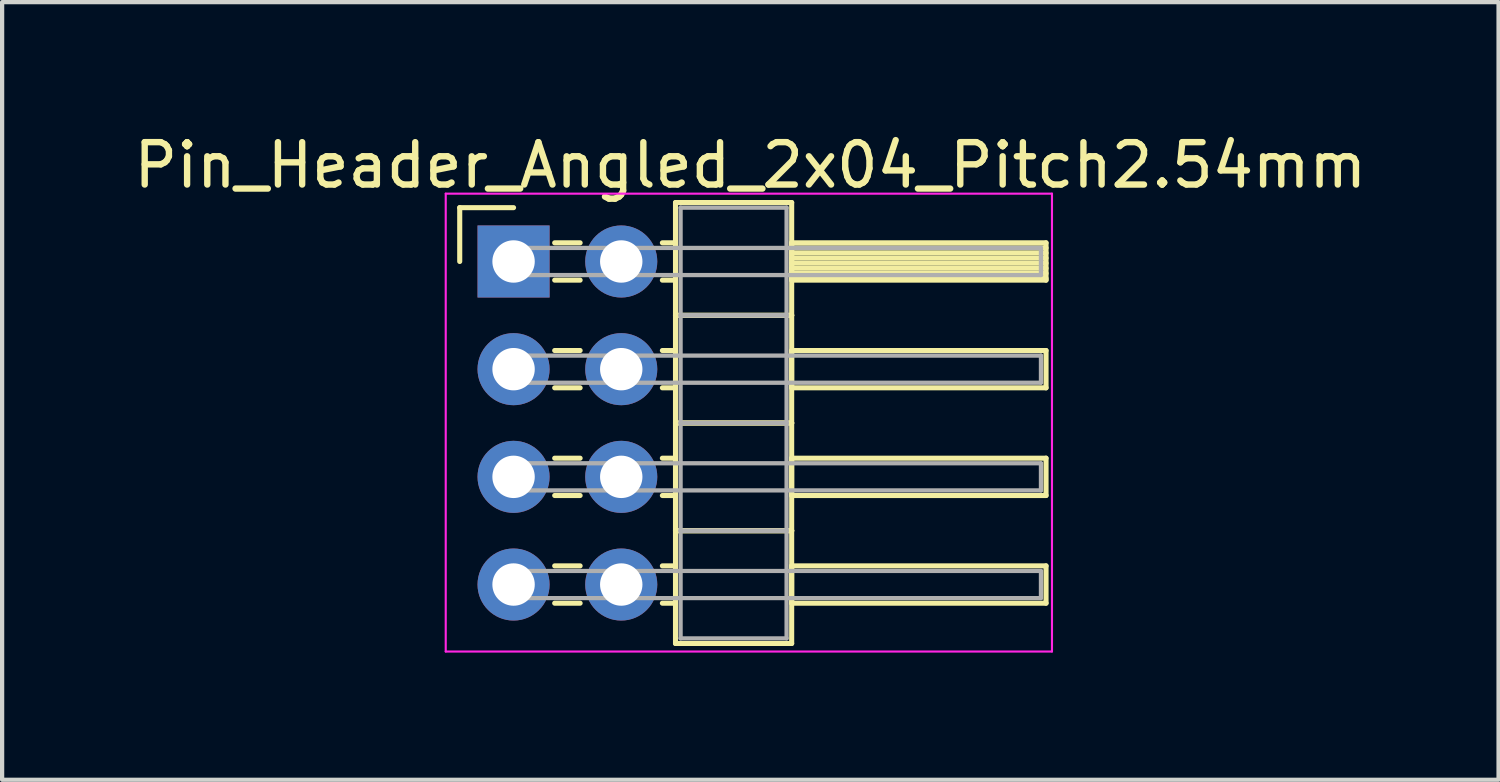
<source format=kicad_pcb>
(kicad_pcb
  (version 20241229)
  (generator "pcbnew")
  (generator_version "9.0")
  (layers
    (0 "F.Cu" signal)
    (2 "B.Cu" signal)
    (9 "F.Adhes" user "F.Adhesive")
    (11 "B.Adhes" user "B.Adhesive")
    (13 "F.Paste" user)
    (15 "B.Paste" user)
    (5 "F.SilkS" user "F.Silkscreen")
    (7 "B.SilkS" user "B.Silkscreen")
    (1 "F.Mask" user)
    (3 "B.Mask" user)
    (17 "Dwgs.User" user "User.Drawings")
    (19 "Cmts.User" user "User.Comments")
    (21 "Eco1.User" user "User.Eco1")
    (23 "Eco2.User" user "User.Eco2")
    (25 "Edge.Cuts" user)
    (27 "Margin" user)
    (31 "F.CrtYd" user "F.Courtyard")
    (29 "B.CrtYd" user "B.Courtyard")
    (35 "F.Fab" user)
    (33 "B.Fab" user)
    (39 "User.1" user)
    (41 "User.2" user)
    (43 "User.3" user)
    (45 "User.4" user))
  (footprint "Pin_Header_Angled_2x04_Pitch2.54mm"
    (layer "F.Cu")
    (at 9.064 3.118)
    (property "Reference" "Pin_Header_Angled_2x04_Pitch2.54mm" (at 5.585 -2.27 0) (layer "F.SilkS") (effects (font (size 1 1) (thickness 0.15))))
    (attr through_hole)
    (fp_line (start -1.27 -1.27) (end 0 -1.27) (stroke (width 0.12) (type solid)) (layer "F.SilkS"))
    (fp_line (start -1.27 0) (end -1.27 -1.27) (stroke (width 0.12) (type solid)) (layer "F.SilkS"))
    (fp_line (start 0.97 -0.44) (end 1.57 -0.44) (stroke (width 0.12) (type solid)) (layer "F.SilkS"))
    (fp_line (start 0.97 0.44) (end 1.57 0.44) (stroke (width 0.12) (type solid)) (layer "F.SilkS"))
    (fp_line (start 0.97 2.1) (end 1.57 2.1) (stroke (width 0.12) (type solid)) (layer "F.SilkS"))
    (fp_line (start 0.97 2.98) (end 1.57 2.98) (stroke (width 0.12) (type solid)) (layer "F.SilkS"))
    (fp_line (start 0.97 4.64) (end 1.57 4.64) (stroke (width 0.12) (type solid)) (layer "F.SilkS"))
    (fp_line (start 0.97 5.52) (end 1.57 5.52) (stroke (width 0.12) (type solid)) (layer "F.SilkS"))
    (fp_line (start 0.97 7.18) (end 1.57 7.18) (stroke (width 0.12) (type solid)) (layer "F.SilkS"))
    (fp_line (start 0.97 8.06) (end 1.57 8.06) (stroke (width 0.12) (type solid)) (layer "F.SilkS"))
    (fp_line (start 3.51 -0.44) (end 3.82 -0.44) (stroke (width 0.12) (type solid)) (layer "F.SilkS"))
    (fp_line (start 3.51 0.44) (end 3.82 0.44) (stroke (width 0.12) (type solid)) (layer "F.SilkS"))
    (fp_line (start 3.51 2.1) (end 3.82 2.1) (stroke (width 0.12) (type solid)) (layer "F.SilkS"))
    (fp_line (start 3.51 2.98) (end 3.82 2.98) (stroke (width 0.12) (type solid)) (layer "F.SilkS"))
    (fp_line (start 3.51 4.64) (end 3.82 4.64) (stroke (width 0.12) (type solid)) (layer "F.SilkS"))
    (fp_line (start 3.51 5.52) (end 3.82 5.52) (stroke (width 0.12) (type solid)) (layer "F.SilkS"))
    (fp_line (start 3.51 7.18) (end 3.82 7.18) (stroke (width 0.12) (type solid)) (layer "F.SilkS"))
    (fp_line (start 3.51 8.06) (end 3.82 8.06) (stroke (width 0.12) (type solid)) (layer "F.SilkS"))
    (fp_line (start 3.82 -1.39) (end 3.82 1.27) (stroke (width 0.12) (type solid)) (layer "F.SilkS"))
    (fp_line (start 3.82 1.27) (end 3.82 3.81) (stroke (width 0.12) (type solid)) (layer "F.SilkS"))
    (fp_line (start 3.82 1.27) (end 6.56 1.27) (stroke (width 0.12) (type solid)) (layer "F.SilkS"))
    (fp_line (start 3.82 3.81) (end 3.82 6.35) (stroke (width 0.12) (type solid)) (layer "F.SilkS"))
    (fp_line (start 3.82 3.81) (end 6.56 3.81) (stroke (width 0.12) (type solid)) (layer "F.SilkS"))
    (fp_line (start 3.82 6.35) (end 3.82 9.01) (stroke (width 0.12) (type solid)) (layer "F.SilkS"))
    (fp_line (start 3.82 6.35) (end 6.56 6.35) (stroke (width 0.12) (type solid)) (layer "F.SilkS"))
    (fp_line (start 3.82 9.01) (end 6.56 9.01) (stroke (width 0.12) (type solid)) (layer "F.SilkS"))
    (fp_line (start 6.56 -1.39) (end 3.82 -1.39) (stroke (width 0.12) (type solid)) (layer "F.SilkS"))
    (fp_line (start 6.56 -0.44) (end 6.56 0.44) (stroke (width 0.12) (type solid)) (layer "F.SilkS"))
    (fp_line (start 6.56 -0.32) (end 12.56 -0.32) (stroke (width 0.12) (type solid)) (layer "F.SilkS"))
    (fp_line (start 6.56 -0.2) (end 12.56 -0.2) (stroke (width 0.12) (type solid)) (layer "F.SilkS"))
    (fp_line (start 6.56 -0.08) (end 12.56 -0.08) (stroke (width 0.12) (type solid)) (layer "F.SilkS"))
    (fp_line (start 6.56 0.04) (end 12.56 0.04) (stroke (width 0.12) (type solid)) (layer "F.SilkS"))
    (fp_line (start 6.56 0.16) (end 12.56 0.16) (stroke (width 0.12) (type solid)) (layer "F.SilkS"))
    (fp_line (start 6.56 0.28) (end 12.56 0.28) (stroke (width 0.12) (type solid)) (layer "F.SilkS"))
    (fp_line (start 6.56 0.4) (end 12.56 0.4) (stroke (width 0.12) (type solid)) (layer "F.SilkS"))
    (fp_line (start 6.56 0.44) (end 12.56 0.44) (stroke (width 0.12) (type solid)) (layer "F.SilkS"))
    (fp_line (start 6.56 1.27) (end 3.82 1.27) (stroke (width 0.12) (type solid)) (layer "F.SilkS"))
    (fp_line (start 6.56 1.27) (end 6.56 -1.39) (stroke (width 0.12) (type solid)) (layer "F.SilkS"))
    (fp_line (start 6.56 2.1) (end 6.56 2.98) (stroke (width 0.12) (type solid)) (layer "F.SilkS"))
    (fp_line (start 6.56 2.98) (end 12.56 2.98) (stroke (width 0.12) (type solid)) (layer "F.SilkS"))
    (fp_line (start 6.56 3.81) (end 3.82 3.81) (stroke (width 0.12) (type solid)) (layer "F.SilkS"))
    (fp_line (start 6.56 3.81) (end 6.56 1.27) (stroke (width 0.12) (type solid)) (layer "F.SilkS"))
    (fp_line (start 6.56 4.64) (end 6.56 5.52) (stroke (width 0.12) (type solid)) (layer "F.SilkS"))
    (fp_line (start 6.56 5.52) (end 12.56 5.52) (stroke (width 0.12) (type solid)) (layer "F.SilkS"))
    (fp_line (start 6.56 6.35) (end 3.82 6.35) (stroke (width 0.12) (type solid)) (layer "F.SilkS"))
    (fp_line (start 6.56 6.35) (end 6.56 3.81) (stroke (width 0.12) (type solid)) (layer "F.SilkS"))
    (fp_line (start 6.56 7.18) (end 6.56 8.06) (stroke (width 0.12) (type solid)) (layer "F.SilkS"))
    (fp_line (start 6.56 8.06) (end 12.56 8.06) (stroke (width 0.12) (type solid)) (layer "F.SilkS"))
    (fp_line (start 6.56 9.01) (end 6.56 6.35) (stroke (width 0.12) (type solid)) (layer "F.SilkS"))
    (fp_line (start 12.56 -0.44) (end 6.56 -0.44) (stroke (width 0.12) (type solid)) (layer "F.SilkS"))
    (fp_line (start 12.56 0.44) (end 12.56 -0.44) (stroke (width 0.12) (type solid)) (layer "F.SilkS"))
    (fp_line (start 12.56 2.1) (end 6.56 2.1) (stroke (width 0.12) (type solid)) (layer "F.SilkS"))
    (fp_line (start 12.56 2.98) (end 12.56 2.1) (stroke (width 0.12) (type solid)) (layer "F.SilkS"))
    (fp_line (start 12.56 4.64) (end 6.56 4.64) (stroke (width 0.12) (type solid)) (layer "F.SilkS"))
    (fp_line (start 12.56 5.52) (end 12.56 4.64) (stroke (width 0.12) (type solid)) (layer "F.SilkS"))
    (fp_line (start 12.56 7.18) (end 6.56 7.18) (stroke (width 0.12) (type solid)) (layer "F.SilkS"))
    (fp_line (start 12.56 8.06) (end 12.56 7.18) (stroke (width 0.12) (type solid)) (layer "F.SilkS"))
    (fp_line (start -1.6 -1.6) (end -1.6 9.2) (stroke (width 0.05) (type solid)) (layer "F.CrtYd"))
    (fp_line (start -1.6 9.2) (end 12.7 9.2) (stroke (width 0.05) (type solid)) (layer "F.CrtYd"))
    (fp_line (start 12.7 -1.6) (end -1.6 -1.6) (stroke (width 0.05) (type solid)) (layer "F.CrtYd"))
    (fp_line (start 12.7 9.2) (end 12.7 -1.6) (stroke (width 0.05) (type solid)) (layer "F.CrtYd"))
    (fp_line (start 0 -0.32) (end 0 0.32) (stroke (width 0.1) (type solid)) (layer "F.Fab"))
    (fp_line (start 0 0.32) (end 12.44 0.32) (stroke (width 0.1) (type solid)) (layer "F.Fab"))
    (fp_line (start 0 2.22) (end 0 2.86) (stroke (width 0.1) (type solid)) (layer "F.Fab"))
    (fp_line (start 0 2.86) (end 12.44 2.86) (stroke (width 0.1) (type solid)) (layer "F.Fab"))
    (fp_line (start 0 4.76) (end 0 5.4) (stroke (width 0.1) (type solid)) (layer "F.Fab"))
    (fp_line (start 0 5.4) (end 12.44 5.4) (stroke (width 0.1) (type solid)) (layer "F.Fab"))
    (fp_line (start 0 7.3) (end 0 7.94) (stroke (width 0.1) (type solid)) (layer "F.Fab"))
    (fp_line (start 0 7.94) (end 12.44 7.94) (stroke (width 0.1) (type solid)) (layer "F.Fab"))
    (fp_line (start 3.94 -1.27) (end 3.94 1.27) (stroke (width 0.1) (type solid)) (layer "F.Fab"))
    (fp_line (start 3.94 1.27) (end 3.94 3.81) (stroke (width 0.1) (type solid)) (layer "F.Fab"))
    (fp_line (start 3.94 1.27) (end 6.44 1.27) (stroke (width 0.1) (type solid)) (layer "F.Fab"))
    (fp_line (start 3.94 3.81) (end 3.94 6.35) (stroke (width 0.1) (type solid)) (layer "F.Fab"))
    (fp_line (start 3.94 3.81) (end 6.44 3.81) (stroke (width 0.1) (type solid)) (layer "F.Fab"))
    (fp_line (start 3.94 6.35) (end 3.94 8.89) (stroke (width 0.1) (type solid)) (layer "F.Fab"))
    (fp_line (start 3.94 6.35) (end 6.44 6.35) (stroke (width 0.1) (type solid)) (layer "F.Fab"))
    (fp_line (start 3.94 8.89) (end 6.44 8.89) (stroke (width 0.1) (type solid)) (layer "F.Fab"))
    (fp_line (start 6.44 -1.27) (end 3.94 -1.27) (stroke (width 0.1) (type solid)) (layer "F.Fab"))
    (fp_line (start 6.44 1.27) (end 3.94 1.27) (stroke (width 0.1) (type solid)) (layer "F.Fab"))
    (fp_line (start 6.44 1.27) (end 6.44 -1.27) (stroke (width 0.1) (type solid)) (layer "F.Fab"))
    (fp_line (start 6.44 3.81) (end 3.94 3.81) (stroke (width 0.1) (type solid)) (layer "F.Fab"))
    (fp_line (start 6.44 3.81) (end 6.44 1.27) (stroke (width 0.1) (type solid)) (layer "F.Fab"))
    (fp_line (start 6.44 6.35) (end 3.94 6.35) (stroke (width 0.1) (type solid)) (layer "F.Fab"))
    (fp_line (start 6.44 6.35) (end 6.44 3.81) (stroke (width 0.1) (type solid)) (layer "F.Fab"))
    (fp_line (start 6.44 8.89) (end 6.44 6.35) (stroke (width 0.1) (type solid)) (layer "F.Fab"))
    (fp_line (start 12.44 -0.32) (end 0 -0.32) (stroke (width 0.1) (type solid)) (layer "F.Fab"))
    (fp_line (start 12.44 0.32) (end 12.44 -0.32) (stroke (width 0.1) (type solid)) (layer "F.Fab"))
    (fp_line (start 12.44 2.22) (end 0 2.22) (stroke (width 0.1) (type solid)) (layer "F.Fab"))
    (fp_line (start 12.44 2.86) (end 12.44 2.22) (stroke (width 0.1) (type solid)) (layer "F.Fab"))
    (fp_line (start 12.44 4.76) (end 0 4.76) (stroke (width 0.1) (type solid)) (layer "F.Fab"))
    (fp_line (start 12.44 5.4) (end 12.44 4.76) (stroke (width 0.1) (type solid)) (layer "F.Fab"))
    (fp_line (start 12.44 7.3) (end 0 7.3) (stroke (width 0.1) (type solid)) (layer "F.Fab"))
    (fp_line (start 12.44 7.94) (end 12.44 7.3) (stroke (width 0.1) (type solid)) (layer "F.Fab"))
    (pad "1" thru_hole rect (at 0 0) (size 1.7 1.7) (drill 1) (layers "*.Cu" "*.Mask"))
    (pad "2" thru_hole oval (at 2.54 0) (size 1.7 1.7) (drill 1) (layers "*.Cu" "*.Mask"))
    (pad "3" thru_hole oval (at 0 2.54) (size 1.7 1.7) (drill 1) (layers "*.Cu" "*.Mask"))
    (pad "4" thru_hole oval (at 2.54 2.54) (size 1.7 1.7) (drill 1) (layers "*.Cu" "*.Mask"))
    (pad "5" thru_hole oval (at 0 5.08) (size 1.7 1.7) (drill 1) (layers "*.Cu" "*.Mask"))
    (pad "6" thru_hole oval (at 2.54 5.08) (size 1.7 1.7) (drill 1) (layers "*.Cu" "*.Mask"))
    (pad "7" thru_hole oval (at 0 7.62) (size 1.7 1.7) (drill 1) (layers "*.Cu" "*.Mask"))
    (pad "8" thru_hole oval (at 2.54 7.62) (size 1.7 1.7) (drill 1) (layers "*.Cu" "*.Mask")))
  (gr_rect
    (start -3 -3)
    (end 32.298 15.343)
    (stroke (width 0.1) (type default))
    (fill no)
    (layer "Edge.Cuts")))
</source>
